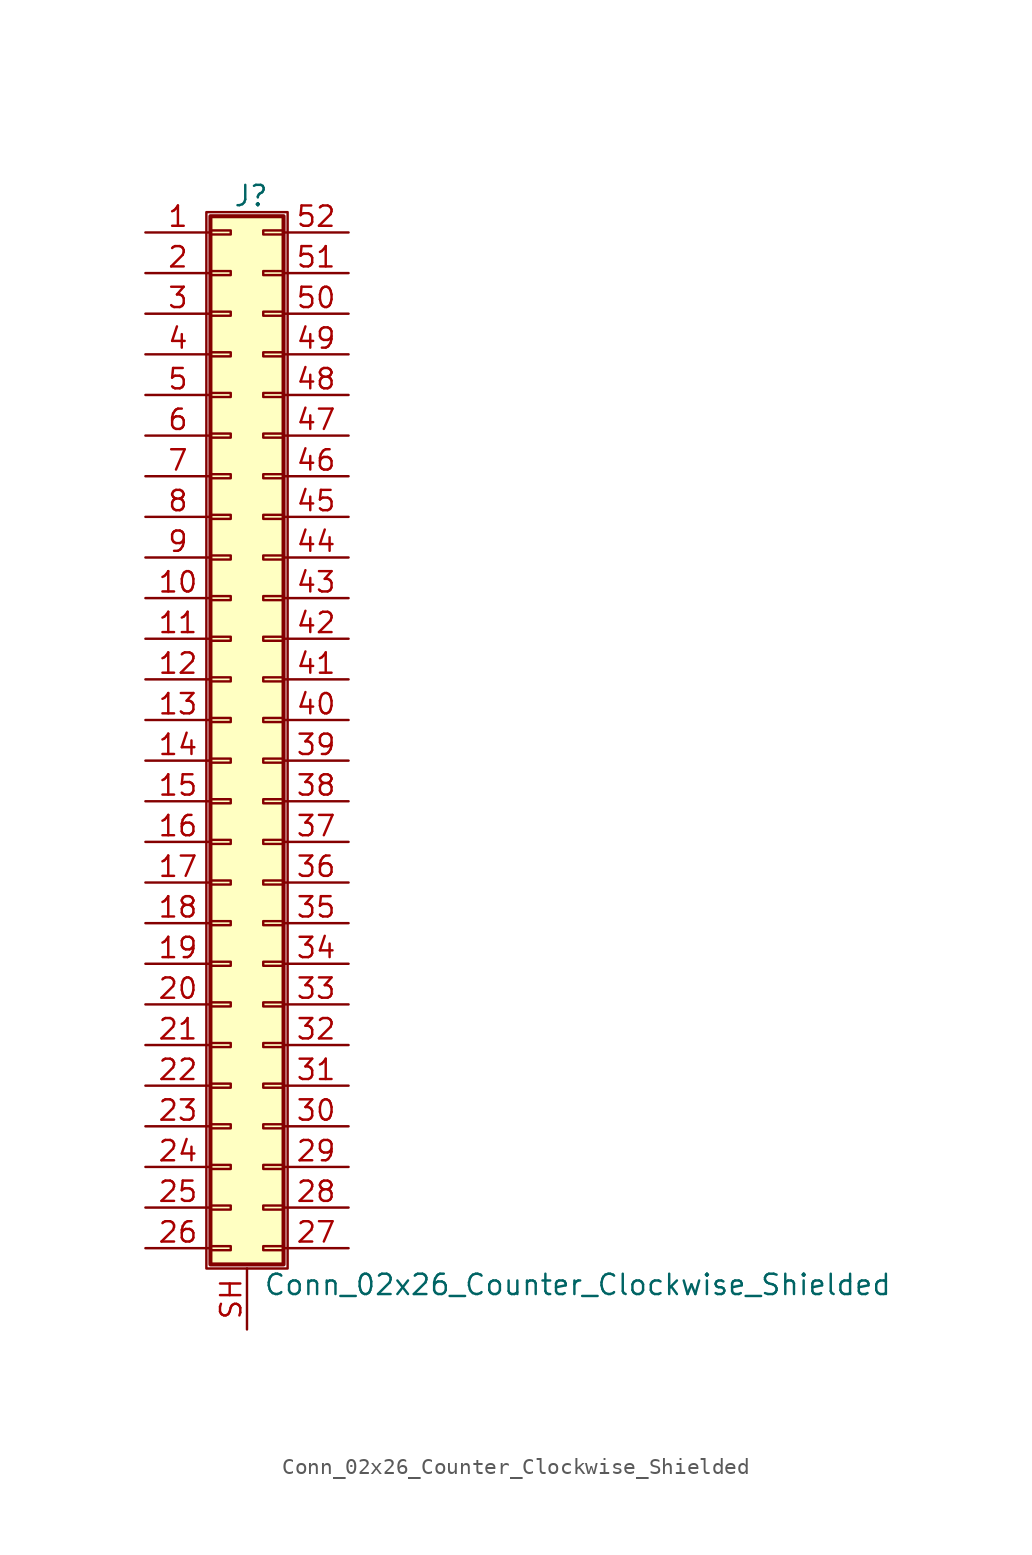
<source format=kicad_sym>
(kicad_symbol_lib
  (version 20201005)
  (generator kicad_symbol_editor)
  (symbol "Conn_02x26_Counter_Clockwise_Shielded"
    (pin_names
      (offset 1.016) hide)
    (property "Reference" "J"
      (at 1.524 32.766 0)
      (effects (font (size 1.27 1.27))))
    (property "Value" "Conn_02x26_Counter_Clockwise_Shielded"
      (at 2.286 -35.306 0)
      (effects (font (size 1.27 1.27)) (justify left)))
    (symbol "Conn_02x26_Counter_Clockwise_Shielded_1_1"
      (rectangle (start -1.27 31.75) (end 3.81 -34.29) (stroke (width 0.152)) (fill (type none)))
      (rectangle (start -1.016 -32.893) (end 0.254 -33.147) (stroke (width 0.152)) (fill (type none)))
      (rectangle (start -1.016 -30.353) (end 0.254 -30.607) (stroke (width 0.152)) (fill (type none)))
      (rectangle (start -1.016 -27.813) (end 0.254 -28.067) (stroke (width 0.152)) (fill (type none)))
      (rectangle (start -1.016 -25.273) (end 0.254 -25.527) (stroke (width 0.152)) (fill (type none)))
      (rectangle (start -1.016 -22.733) (end 0.254 -22.987) (stroke (width 0.152)) (fill (type none)))
      (rectangle (start -1.016 -20.193) (end 0.254 -20.447) (stroke (width 0.152)) (fill (type none)))
      (rectangle (start -1.016 -17.653) (end 0.254 -17.907) (stroke (width 0.152)) (fill (type none)))
      (rectangle (start -1.016 -15.113) (end 0.254 -15.367) (stroke (width 0.152)) (fill (type none)))
      (rectangle (start -1.016 -12.573) (end 0.254 -12.827) (stroke (width 0.152)) (fill (type none)))
      (rectangle (start -1.016 -10.033) (end 0.254 -10.287) (stroke (width 0.152)) (fill (type none)))
      (rectangle (start -1.016 -7.493) (end 0.254 -7.747) (stroke (width 0.152)) (fill (type none)))
      (rectangle (start -1.016 -4.953) (end 0.254 -5.207) (stroke (width 0.152)) (fill (type none)))
      (rectangle (start -1.016 -2.413) (end 0.254 -2.667) (stroke (width 0.152)) (fill (type none)))
      (rectangle (start -1.016 0.127) (end 0.254 -0.127) (stroke (width 0.152)) (fill (type none)))
      (rectangle (start -1.016 2.667) (end 0.254 2.413) (stroke (width 0.152)) (fill (type none)))
      (rectangle (start -1.016 5.207) (end 0.254 4.953) (stroke (width 0.152)) (fill (type none)))
      (rectangle (start -1.016 7.747) (end 0.254 7.493) (stroke (width 0.152)) (fill (type none)))
      (rectangle (start -1.016 10.287) (end 0.254 10.033) (stroke (width 0.152)) (fill (type none)))
      (rectangle (start -1.016 12.827) (end 0.254 12.573) (stroke (width 0.152)) (fill (type none)))
      (rectangle (start -1.016 15.367) (end 0.254 15.113) (stroke (width 0.152)) (fill (type none)))
      (rectangle (start -1.016 17.907) (end 0.254 17.653) (stroke (width 0.152)) (fill (type none)))
      (rectangle (start -1.016 20.447) (end 0.254 20.193) (stroke (width 0.152)) (fill (type none)))
      (rectangle (start -1.016 22.987) (end 0.254 22.733) (stroke (width 0.152)) (fill (type none)))
      (rectangle (start -1.016 25.527) (end 0.254 25.273) (stroke (width 0.152)) (fill (type none)))
      (rectangle (start -1.016 28.067) (end 0.254 27.813) (stroke (width 0.152)) (fill (type none)))
      (rectangle (start -1.016 30.607) (end 0.254 30.353) (stroke (width 0.152)) (fill (type none)))
      (rectangle (start 3.556 -32.893) (end 2.286 -33.147) (stroke (width 0.152)) (fill (type none)))
      (rectangle (start 3.556 -30.353) (end 2.286 -30.607) (stroke (width 0.152)) (fill (type none)))
      (rectangle (start 3.556 -27.813) (end 2.286 -28.067) (stroke (width 0.152)) (fill (type none)))
      (rectangle (start 3.556 -25.273) (end 2.286 -25.527) (stroke (width 0.152)) (fill (type none)))
      (rectangle (start 3.556 -22.733) (end 2.286 -22.987) (stroke (width 0.152)) (fill (type none)))
      (rectangle (start 3.556 -20.193) (end 2.286 -20.447) (stroke (width 0.152)) (fill (type none)))
      (rectangle (start 3.556 -17.653) (end 2.286 -17.907) (stroke (width 0.152)) (fill (type none)))
      (rectangle (start 3.556 -15.113) (end 2.286 -15.367) (stroke (width 0.152)) (fill (type none)))
      (rectangle (start 3.556 -12.573) (end 2.286 -12.827) (stroke (width 0.152)) (fill (type none)))
      (rectangle (start 3.556 -10.033) (end 2.286 -10.287) (stroke (width 0.152)) (fill (type none)))
      (rectangle (start 3.556 -7.493) (end 2.286 -7.747) (stroke (width 0.152)) (fill (type none)))
      (rectangle (start 3.556 -4.953) (end 2.286 -5.207) (stroke (width 0.152)) (fill (type none)))
      (rectangle (start 3.556 -2.413) (end 2.286 -2.667) (stroke (width 0.152)) (fill (type none)))
      (rectangle (start 3.556 0.127) (end 2.286 -0.127) (stroke (width 0.152)) (fill (type none)))
      (rectangle (start 3.556 2.667) (end 2.286 2.413) (stroke (width 0.152)) (fill (type none)))
      (rectangle (start 3.556 5.207) (end 2.286 4.953) (stroke (width 0.152)) (fill (type none)))
      (rectangle (start 3.556 7.747) (end 2.286 7.493) (stroke (width 0.152)) (fill (type none)))
      (rectangle (start 3.556 10.287) (end 2.286 10.033) (stroke (width 0.152)) (fill (type none)))
      (rectangle (start 3.556 12.827) (end 2.286 12.573) (stroke (width 0.152)) (fill (type none)))
      (rectangle (start 3.556 15.367) (end 2.286 15.113) (stroke (width 0.152)) (fill (type none)))
      (rectangle (start 3.556 17.907) (end 2.286 17.653) (stroke (width 0.152)) (fill (type none)))
      (rectangle (start 3.556 20.447) (end 2.286 20.193) (stroke (width 0.152)) (fill (type none)))
      (rectangle (start 3.556 22.987) (end 2.286 22.733) (stroke (width 0.152)) (fill (type none)))
      (rectangle (start 3.556 25.527) (end 2.286 25.273) (stroke (width 0.152)) (fill (type none)))
      (rectangle (start 3.556 28.067) (end 2.286 27.813) (stroke (width 0.152)) (fill (type none)))
      (rectangle (start 3.556 30.607) (end 2.286 30.353) (stroke (width 0.152)) (fill (type none)))
      (rectangle (start -1.016 31.496) (end 3.556 -34.036) (stroke (width 0.254)) (fill (type background)))
      (pin passive line (at -5.08 30.48 0) (length 4.064) (name "Pin_1" (effects (font (size 1.27 1.27)))) (number "1" (effects (font (size 1.27 1.27)))))
      (pin passive line (at -5.08 7.62 0) (length 4.064) (name "Pin_10" (effects (font (size 1.27 1.27)))) (number "10" (effects (font (size 1.27 1.27)))))
      (pin passive line (at -5.08 5.08 0) (length 4.064) (name "Pin_11" (effects (font (size 1.27 1.27)))) (number "11" (effects (font (size 1.27 1.27)))))
      (pin passive line (at -5.08 2.54 0) (length 4.064) (name "Pin_12" (effects (font (size 1.27 1.27)))) (number "12" (effects (font (size 1.27 1.27)))))
      (pin passive line (at -5.08 0 0) (length 4.064) (name "Pin_13" (effects (font (size 1.27 1.27)))) (number "13" (effects (font (size 1.27 1.27)))))
      (pin passive line (at -5.08 -2.54 0) (length 4.064) (name "Pin_14" (effects (font (size 1.27 1.27)))) (number "14" (effects (font (size 1.27 1.27)))))
      (pin passive line (at -5.08 -5.08 0) (length 4.064) (name "Pin_15" (effects (font (size 1.27 1.27)))) (number "15" (effects (font (size 1.27 1.27)))))
      (pin passive line (at -5.08 -7.62 0) (length 4.064) (name "Pin_16" (effects (font (size 1.27 1.27)))) (number "16" (effects (font (size 1.27 1.27)))))
      (pin passive line (at -5.08 -10.16 0) (length 4.064) (name "Pin_17" (effects (font (size 1.27 1.27)))) (number "17" (effects (font (size 1.27 1.27)))))
      (pin passive line (at -5.08 -12.7 0) (length 4.064) (name "Pin_18" (effects (font (size 1.27 1.27)))) (number "18" (effects (font (size 1.27 1.27)))))
      (pin passive line (at -5.08 -15.24 0) (length 4.064) (name "Pin_19" (effects (font (size 1.27 1.27)))) (number "19" (effects (font (size 1.27 1.27)))))
      (pin passive line (at -5.08 27.94 0) (length 4.064) (name "Pin_2" (effects (font (size 1.27 1.27)))) (number "2" (effects (font (size 1.27 1.27)))))
      (pin passive line (at -5.08 -17.78 0) (length 4.064) (name "Pin_20" (effects (font (size 1.27 1.27)))) (number "20" (effects (font (size 1.27 1.27)))))
      (pin passive line (at -5.08 -20.32 0) (length 4.064) (name "Pin_21" (effects (font (size 1.27 1.27)))) (number "21" (effects (font (size 1.27 1.27)))))
      (pin passive line (at -5.08 -22.86 0) (length 4.064) (name "Pin_22" (effects (font (size 1.27 1.27)))) (number "22" (effects (font (size 1.27 1.27)))))
      (pin passive line (at -5.08 -25.4 0) (length 4.064) (name "Pin_23" (effects (font (size 1.27 1.27)))) (number "23" (effects (font (size 1.27 1.27)))))
      (pin passive line (at -5.08 -27.94 0) (length 4.064) (name "Pin_24" (effects (font (size 1.27 1.27)))) (number "24" (effects (font (size 1.27 1.27)))))
      (pin passive line (at -5.08 -30.48 0) (length 4.064) (name "Pin_25" (effects (font (size 1.27 1.27)))) (number "25" (effects (font (size 1.27 1.27)))))
      (pin passive line (at -5.08 -33.02 0) (length 4.064) (name "Pin_26" (effects (font (size 1.27 1.27)))) (number "26" (effects (font (size 1.27 1.27)))))
      (pin passive line (at 7.62 -33.02 180) (length 4.064) (name "Pin_27" (effects (font (size 1.27 1.27)))) (number "27" (effects (font (size 1.27 1.27)))))
      (pin passive line (at 7.62 -30.48 180) (length 4.064) (name "Pin_28" (effects (font (size 1.27 1.27)))) (number "28" (effects (font (size 1.27 1.27)))))
      (pin passive line (at 7.62 -27.94 180) (length 4.064) (name "Pin_29" (effects (font (size 1.27 1.27)))) (number "29" (effects (font (size 1.27 1.27)))))
      (pin passive line (at -5.08 25.4 0) (length 4.064) (name "Pin_3" (effects (font (size 1.27 1.27)))) (number "3" (effects (font (size 1.27 1.27)))))
      (pin passive line (at 7.62 -25.4 180) (length 4.064) (name "Pin_30" (effects (font (size 1.27 1.27)))) (number "30" (effects (font (size 1.27 1.27)))))
      (pin passive line (at 7.62 -22.86 180) (length 4.064) (name "Pin_31" (effects (font (size 1.27 1.27)))) (number "31" (effects (font (size 1.27 1.27)))))
      (pin passive line (at 7.62 -20.32 180) (length 4.064) (name "Pin_32" (effects (font (size 1.27 1.27)))) (number "32" (effects (font (size 1.27 1.27)))))
      (pin passive line (at 7.62 -17.78 180) (length 4.064) (name "Pin_33" (effects (font (size 1.27 1.27)))) (number "33" (effects (font (size 1.27 1.27)))))
      (pin passive line (at 7.62 -15.24 180) (length 4.064) (name "Pin_34" (effects (font (size 1.27 1.27)))) (number "34" (effects (font (size 1.27 1.27)))))
      (pin passive line (at 7.62 -12.7 180) (length 4.064) (name "Pin_35" (effects (font (size 1.27 1.27)))) (number "35" (effects (font (size 1.27 1.27)))))
      (pin passive line (at 7.62 -10.16 180) (length 4.064) (name "Pin_36" (effects (font (size 1.27 1.27)))) (number "36" (effects (font (size 1.27 1.27)))))
      (pin passive line (at 7.62 -7.62 180) (length 4.064) (name "Pin_37" (effects (font (size 1.27 1.27)))) (number "37" (effects (font (size 1.27 1.27)))))
      (pin passive line (at 7.62 -5.08 180) (length 4.064) (name "Pin_38" (effects (font (size 1.27 1.27)))) (number "38" (effects (font (size 1.27 1.27)))))
      (pin passive line (at 7.62 -2.54 180) (length 4.064) (name "Pin_39" (effects (font (size 1.27 1.27)))) (number "39" (effects (font (size 1.27 1.27)))))
      (pin passive line (at -5.08 22.86 0) (length 4.064) (name "Pin_4" (effects (font (size 1.27 1.27)))) (number "4" (effects (font (size 1.27 1.27)))))
      (pin passive line (at 7.62 0 180) (length 4.064) (name "Pin_40" (effects (font (size 1.27 1.27)))) (number "40" (effects (font (size 1.27 1.27)))))
      (pin passive line (at 7.62 2.54 180) (length 4.064) (name "Pin_41" (effects (font (size 1.27 1.27)))) (number "41" (effects (font (size 1.27 1.27)))))
      (pin passive line (at 7.62 5.08 180) (length 4.064) (name "Pin_42" (effects (font (size 1.27 1.27)))) (number "42" (effects (font (size 1.27 1.27)))))
      (pin passive line (at 7.62 7.62 180) (length 4.064) (name "Pin_43" (effects (font (size 1.27 1.27)))) (number "43" (effects (font (size 1.27 1.27)))))
      (pin passive line (at 7.62 10.16 180) (length 4.064) (name "Pin_44" (effects (font (size 1.27 1.27)))) (number "44" (effects (font (size 1.27 1.27)))))
      (pin passive line (at 7.62 12.7 180) (length 4.064) (name "Pin_45" (effects (font (size 1.27 1.27)))) (number "45" (effects (font (size 1.27 1.27)))))
      (pin passive line (at 7.62 15.24 180) (length 4.064) (name "Pin_46" (effects (font (size 1.27 1.27)))) (number "46" (effects (font (size 1.27 1.27)))))
      (pin passive line (at 7.62 17.78 180) (length 4.064) (name "Pin_47" (effects (font (size 1.27 1.27)))) (number "47" (effects (font (size 1.27 1.27)))))
      (pin passive line (at 7.62 20.32 180) (length 4.064) (name "Pin_48" (effects (font (size 1.27 1.27)))) (number "48" (effects (font (size 1.27 1.27)))))
      (pin passive line (at 7.62 22.86 180) (length 4.064) (name "Pin_49" (effects (font (size 1.27 1.27)))) (number "49" (effects (font (size 1.27 1.27)))))
      (pin passive line (at -5.08 20.32 0) (length 4.064) (name "Pin_5" (effects (font (size 1.27 1.27)))) (number "5" (effects (font (size 1.27 1.27)))))
      (pin passive line (at 7.62 25.4 180) (length 4.064) (name "Pin_50" (effects (font (size 1.27 1.27)))) (number "50" (effects (font (size 1.27 1.27)))))
      (pin passive line (at 7.62 27.94 180) (length 4.064) (name "Pin_51" (effects (font (size 1.27 1.27)))) (number "51" (effects (font (size 1.27 1.27)))))
      (pin passive line (at 7.62 30.48 180) (length 4.064) (name "Pin_52" (effects (font (size 1.27 1.27)))) (number "52" (effects (font (size 1.27 1.27)))))
      (pin passive line (at -5.08 17.78 0) (length 4.064) (name "Pin_6" (effects (font (size 1.27 1.27)))) (number "6" (effects (font (size 1.27 1.27)))))
      (pin passive line (at -5.08 15.24 0) (length 4.064) (name "Pin_7" (effects (font (size 1.27 1.27)))) (number "7" (effects (font (size 1.27 1.27)))))
      (pin passive line (at -5.08 12.7 0) (length 4.064) (name "Pin_8" (effects (font (size 1.27 1.27)))) (number "8" (effects (font (size 1.27 1.27)))))
      (pin passive line (at -5.08 10.16 0) (length 4.064) (name "Pin_9" (effects (font (size 1.27 1.27)))) (number "9" (effects (font (size 1.27 1.27)))))
      (pin passive line (at 1.27 -38.1 90) (length 3.81) (name "Shield" (effects (font (size 1.27 1.27)))) (number "SH" (effects (font (size 1.27 1.27))))))))
</source>
